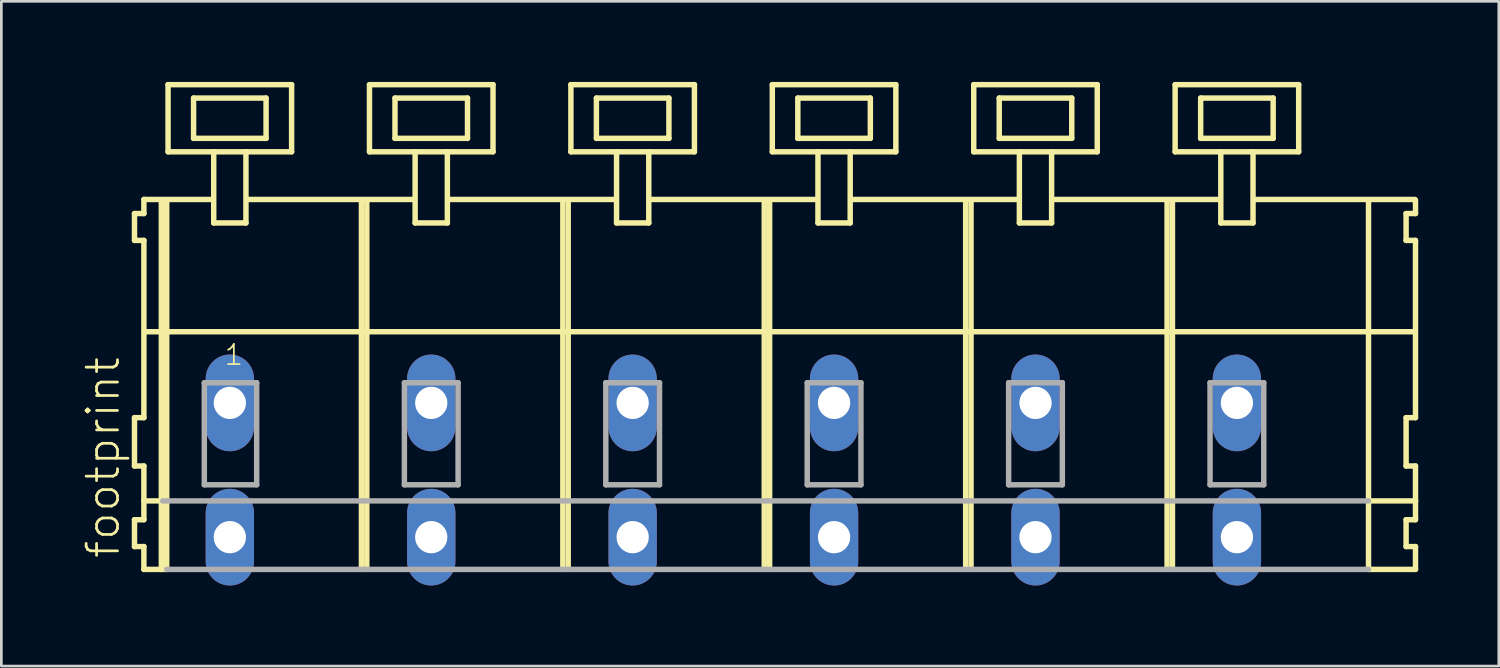
<source format=kicad_pcb>
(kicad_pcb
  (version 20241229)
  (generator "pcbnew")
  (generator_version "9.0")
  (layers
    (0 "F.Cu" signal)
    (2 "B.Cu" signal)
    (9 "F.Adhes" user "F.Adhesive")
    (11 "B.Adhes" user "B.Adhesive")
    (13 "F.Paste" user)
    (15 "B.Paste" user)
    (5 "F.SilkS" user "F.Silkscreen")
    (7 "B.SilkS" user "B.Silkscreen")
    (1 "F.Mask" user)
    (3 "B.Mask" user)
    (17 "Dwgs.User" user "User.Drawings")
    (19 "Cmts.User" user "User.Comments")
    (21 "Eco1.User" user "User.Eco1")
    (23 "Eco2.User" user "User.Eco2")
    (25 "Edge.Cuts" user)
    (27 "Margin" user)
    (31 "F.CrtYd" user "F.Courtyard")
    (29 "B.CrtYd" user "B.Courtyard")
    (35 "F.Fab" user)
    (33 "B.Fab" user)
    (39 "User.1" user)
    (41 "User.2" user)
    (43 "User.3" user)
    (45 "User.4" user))
  (footprint "footprint"
    (layer "F.Cu")
    (at 25.508 11.952)
    (property "Reference" "footprint" (at -24.035 5.855 90) (layer "F.SilkS") (effects (font (size 1.168 1.168) (thickness 0.102)) (justify left bottom)))
    (fp_line (start -23.55 -7.05) (end -23.55 -6.05) (stroke (width 0.203) (type solid)) (layer "F.SilkS"))
    (fp_line (start -23.55 -6.05) (end -23.2 -6.05) (stroke (width 0.203) (type solid)) (layer "F.SilkS"))
    (fp_line (start -23.55 0.55) (end -23.55 2.35) (stroke (width 0.203) (type solid)) (layer "F.SilkS"))
    (fp_line (start -23.55 2.35) (end -23.2 2.35) (stroke (width 0.203) (type solid)) (layer "F.SilkS"))
    (fp_line (start -23.55 4.35) (end -23.55 5.35) (stroke (width 0.203) (type solid)) (layer "F.SilkS"))
    (fp_line (start -23.55 5.35) (end -23.2 5.35) (stroke (width 0.203) (type solid)) (layer "F.SilkS"))
    (fp_line (start -23.2 -7.575) (end -23.2 -7.05) (stroke (width 0.203) (type solid)) (layer "F.SilkS"))
    (fp_line (start -23.2 -7.575) (end -20.625 -7.575) (stroke (width 0.203) (type solid)) (layer "F.SilkS"))
    (fp_line (start -23.2 -7.05) (end -23.55 -7.05) (stroke (width 0.203) (type solid)) (layer "F.SilkS"))
    (fp_line (start -23.2 -6.05) (end -23.2 0.55) (stroke (width 0.203) (type solid)) (layer "F.SilkS"))
    (fp_line (start -23.2 0.55) (end -23.55 0.55) (stroke (width 0.203) (type solid)) (layer "F.SilkS"))
    (fp_line (start -23.2 2.35) (end -23.2 4.35) (stroke (width 0.203) (type solid)) (layer "F.SilkS"))
    (fp_line (start -23.2 3.65) (end -22.5 3.65) (stroke (width 0.203) (type solid)) (layer "F.SilkS"))
    (fp_line (start -23.2 4.35) (end -23.55 4.35) (stroke (width 0.203) (type solid)) (layer "F.SilkS"))
    (fp_line (start -23.2 5.35) (end -23.2 6.2) (stroke (width 0.203) (type solid)) (layer "F.SilkS"))
    (fp_line (start -23.2 6.2) (end -22.55 6.2) (stroke (width 0.203) (type solid)) (layer "F.SilkS"))
    (fp_line (start -23.15 -2.65) (end 24.1 -2.65) (stroke (width 0.203) (type solid)) (layer "F.SilkS"))
    (fp_line (start -22.55 -7.55) (end -22.55 6.2) (stroke (width 0.203) (type solid)) (layer "F.SilkS"))
    (fp_line (start -22.55 6.2) (end -22.35 6.2) (stroke (width 0.203) (type solid)) (layer "F.SilkS"))
    (fp_line (start -22.35 -7.55) (end -22.35 6.2) (stroke (width 0.203) (type solid)) (layer "F.SilkS"))
    (fp_line (start -22.3 -11.85) (end -22.3 -9.35) (stroke (width 0.203) (type solid)) (layer "F.SilkS"))
    (fp_line (start -22.3 -9.35) (end -20.6 -9.35) (stroke (width 0.203) (type solid)) (layer "F.SilkS"))
    (fp_line (start -21.35 -11.35) (end -21.35 -9.85) (stroke (width 0.203) (type solid)) (layer "F.SilkS"))
    (fp_line (start -21.35 -9.85) (end -18.65 -9.85) (stroke (width 0.203) (type solid)) (layer "F.SilkS"))
    (fp_line (start -20.6 -9.35) (end -20.6 -6.7) (stroke (width 0.203) (type solid)) (layer "F.SilkS"))
    (fp_line (start -20.6 -9.35) (end -19.4 -9.35) (stroke (width 0.203) (type solid)) (layer "F.SilkS"))
    (fp_line (start -20.6 -6.7) (end -19.4 -6.7) (stroke (width 0.203) (type solid)) (layer "F.SilkS"))
    (fp_line (start -19.4 -9.35) (end -17.7 -9.35) (stroke (width 0.203) (type solid)) (layer "F.SilkS"))
    (fp_line (start -19.4 -6.7) (end -19.4 -9.35) (stroke (width 0.203) (type solid)) (layer "F.SilkS"))
    (fp_line (start -19.325 -7.575) (end -13.125 -7.575) (stroke (width 0.203) (type solid)) (layer "F.SilkS"))
    (fp_line (start -18.65 -11.35) (end -21.35 -11.35) (stroke (width 0.203) (type solid)) (layer "F.SilkS"))
    (fp_line (start -18.65 -9.85) (end -18.65 -11.35) (stroke (width 0.203) (type solid)) (layer "F.SilkS"))
    (fp_line (start -17.7 -11.85) (end -22.3 -11.85) (stroke (width 0.203) (type solid)) (layer "F.SilkS"))
    (fp_line (start -17.7 -9.35) (end -17.7 -11.85) (stroke (width 0.203) (type solid)) (layer "F.SilkS"))
    (fp_line (start -15.1 -7.55) (end -15.1 6.2) (stroke (width 0.203) (type solid)) (layer "F.SilkS"))
    (fp_line (start -14.9 -7.55) (end -14.9 6.2) (stroke (width 0.203) (type solid)) (layer "F.SilkS"))
    (fp_line (start -14.8 -11.85) (end -14.8 -9.35) (stroke (width 0.203) (type solid)) (layer "F.SilkS"))
    (fp_line (start -14.8 -9.35) (end -13.1 -9.35) (stroke (width 0.203) (type solid)) (layer "F.SilkS"))
    (fp_line (start -13.85 -11.35) (end -13.85 -9.85) (stroke (width 0.203) (type solid)) (layer "F.SilkS"))
    (fp_line (start -13.85 -9.85) (end -11.15 -9.85) (stroke (width 0.203) (type solid)) (layer "F.SilkS"))
    (fp_line (start -13.1 -9.35) (end -13.1 -6.7) (stroke (width 0.203) (type solid)) (layer "F.SilkS"))
    (fp_line (start -13.1 -9.35) (end -11.9 -9.35) (stroke (width 0.203) (type solid)) (layer "F.SilkS"))
    (fp_line (start -13.1 -6.7) (end -11.9 -6.7) (stroke (width 0.203) (type solid)) (layer "F.SilkS"))
    (fp_line (start -11.9 -9.35) (end -10.2 -9.35) (stroke (width 0.203) (type solid)) (layer "F.SilkS"))
    (fp_line (start -11.9 -6.7) (end -11.9 -9.35) (stroke (width 0.203) (type solid)) (layer "F.SilkS"))
    (fp_line (start -11.825 -7.575) (end -5.625 -7.575) (stroke (width 0.203) (type solid)) (layer "F.SilkS"))
    (fp_line (start -11.15 -11.35) (end -13.85 -11.35) (stroke (width 0.203) (type solid)) (layer "F.SilkS"))
    (fp_line (start -11.15 -9.85) (end -11.15 -11.35) (stroke (width 0.203) (type solid)) (layer "F.SilkS"))
    (fp_line (start -10.2 -11.85) (end -14.8 -11.85) (stroke (width 0.203) (type solid)) (layer "F.SilkS"))
    (fp_line (start -10.2 -9.35) (end -10.2 -11.85) (stroke (width 0.203) (type solid)) (layer "F.SilkS"))
    (fp_line (start -7.6 -7.55) (end -7.6 6.2) (stroke (width 0.203) (type solid)) (layer "F.SilkS"))
    (fp_line (start -7.4 -7.55) (end -7.4 6.2) (stroke (width 0.203) (type solid)) (layer "F.SilkS"))
    (fp_line (start -7.3 -11.85) (end -7.3 -9.35) (stroke (width 0.203) (type solid)) (layer "F.SilkS"))
    (fp_line (start -7.3 -9.35) (end -5.6 -9.35) (stroke (width 0.203) (type solid)) (layer "F.SilkS"))
    (fp_line (start -6.35 -11.35) (end -6.35 -9.85) (stroke (width 0.203) (type solid)) (layer "F.SilkS"))
    (fp_line (start -6.35 -9.85) (end -3.65 -9.85) (stroke (width 0.203) (type solid)) (layer "F.SilkS"))
    (fp_line (start -5.6 -9.35) (end -5.6 -6.7) (stroke (width 0.203) (type solid)) (layer "F.SilkS"))
    (fp_line (start -5.6 -9.35) (end -4.4 -9.35) (stroke (width 0.203) (type solid)) (layer "F.SilkS"))
    (fp_line (start -5.6 -6.7) (end -4.4 -6.7) (stroke (width 0.203) (type solid)) (layer "F.SilkS"))
    (fp_line (start -4.4 -9.35) (end -2.7 -9.35) (stroke (width 0.203) (type solid)) (layer "F.SilkS"))
    (fp_line (start -4.4 -6.7) (end -4.4 -9.35) (stroke (width 0.203) (type solid)) (layer "F.SilkS"))
    (fp_line (start -4.325 -7.575) (end 1.875 -7.575) (stroke (width 0.203) (type solid)) (layer "F.SilkS"))
    (fp_line (start -3.65 -11.35) (end -6.35 -11.35) (stroke (width 0.203) (type solid)) (layer "F.SilkS"))
    (fp_line (start -3.65 -9.85) (end -3.65 -11.35) (stroke (width 0.203) (type solid)) (layer "F.SilkS"))
    (fp_line (start -2.7 -11.85) (end -7.3 -11.85) (stroke (width 0.203) (type solid)) (layer "F.SilkS"))
    (fp_line (start -2.7 -9.35) (end -2.7 -11.85) (stroke (width 0.203) (type solid)) (layer "F.SilkS"))
    (fp_line (start -0.1 -7.55) (end -0.1 6.2) (stroke (width 0.203) (type solid)) (layer "F.SilkS"))
    (fp_line (start 0.1 -7.55) (end 0.1 6.2) (stroke (width 0.203) (type solid)) (layer "F.SilkS"))
    (fp_line (start 0.2 -11.85) (end 0.2 -9.35) (stroke (width 0.203) (type solid)) (layer "F.SilkS"))
    (fp_line (start 0.2 -9.35) (end 1.9 -9.35) (stroke (width 0.203) (type solid)) (layer "F.SilkS"))
    (fp_line (start 1.15 -11.35) (end 1.15 -9.85) (stroke (width 0.203) (type solid)) (layer "F.SilkS"))
    (fp_line (start 1.15 -9.85) (end 3.85 -9.85) (stroke (width 0.203) (type solid)) (layer "F.SilkS"))
    (fp_line (start 1.9 -9.35) (end 1.9 -6.7) (stroke (width 0.203) (type solid)) (layer "F.SilkS"))
    (fp_line (start 1.9 -9.35) (end 3.1 -9.35) (stroke (width 0.203) (type solid)) (layer "F.SilkS"))
    (fp_line (start 1.9 -6.7) (end 3.1 -6.7) (stroke (width 0.203) (type solid)) (layer "F.SilkS"))
    (fp_line (start 3.1 -9.35) (end 4.8 -9.35) (stroke (width 0.203) (type solid)) (layer "F.SilkS"))
    (fp_line (start 3.1 -6.7) (end 3.1 -9.35) (stroke (width 0.203) (type solid)) (layer "F.SilkS"))
    (fp_line (start 3.175 -7.575) (end 9.375 -7.575) (stroke (width 0.203) (type solid)) (layer "F.SilkS"))
    (fp_line (start 3.85 -11.35) (end 1.15 -11.35) (stroke (width 0.203) (type solid)) (layer "F.SilkS"))
    (fp_line (start 3.85 -9.85) (end 3.85 -11.35) (stroke (width 0.203) (type solid)) (layer "F.SilkS"))
    (fp_line (start 4.8 -11.85) (end 0.2 -11.85) (stroke (width 0.203) (type solid)) (layer "F.SilkS"))
    (fp_line (start 4.8 -9.35) (end 4.8 -11.85) (stroke (width 0.203) (type solid)) (layer "F.SilkS"))
    (fp_line (start 7.4 -7.55) (end 7.4 6.2) (stroke (width 0.203) (type solid)) (layer "F.SilkS"))
    (fp_line (start 7.6 -7.55) (end 7.6 6.2) (stroke (width 0.203) (type solid)) (layer "F.SilkS"))
    (fp_line (start 7.7 -11.85) (end 7.7 -9.35) (stroke (width 0.203) (type solid)) (layer "F.SilkS"))
    (fp_line (start 7.7 -9.35) (end 9.4 -9.35) (stroke (width 0.203) (type solid)) (layer "F.SilkS"))
    (fp_line (start 8.65 -11.35) (end 8.65 -9.85) (stroke (width 0.203) (type solid)) (layer "F.SilkS"))
    (fp_line (start 8.65 -9.85) (end 11.35 -9.85) (stroke (width 0.203) (type solid)) (layer "F.SilkS"))
    (fp_line (start 9.4 -9.35) (end 9.4 -6.7) (stroke (width 0.203) (type solid)) (layer "F.SilkS"))
    (fp_line (start 9.4 -9.35) (end 10.6 -9.35) (stroke (width 0.203) (type solid)) (layer "F.SilkS"))
    (fp_line (start 9.4 -6.7) (end 10.6 -6.7) (stroke (width 0.203) (type solid)) (layer "F.SilkS"))
    (fp_line (start 10.6 -9.35) (end 12.3 -9.35) (stroke (width 0.203) (type solid)) (layer "F.SilkS"))
    (fp_line (start 10.6 -6.7) (end 10.6 -9.35) (stroke (width 0.203) (type solid)) (layer "F.SilkS"))
    (fp_line (start 10.675 -7.575) (end 16.875 -7.575) (stroke (width 0.203) (type solid)) (layer "F.SilkS"))
    (fp_line (start 11.35 -11.35) (end 8.65 -11.35) (stroke (width 0.203) (type solid)) (layer "F.SilkS"))
    (fp_line (start 11.35 -9.85) (end 11.35 -11.35) (stroke (width 0.203) (type solid)) (layer "F.SilkS"))
    (fp_line (start 12.3 -11.85) (end 7.7 -11.85) (stroke (width 0.203) (type solid)) (layer "F.SilkS"))
    (fp_line (start 12.3 -9.35) (end 12.3 -11.85) (stroke (width 0.203) (type solid)) (layer "F.SilkS"))
    (fp_line (start 14.9 -7.55) (end 14.9 6.2) (stroke (width 0.203) (type solid)) (layer "F.SilkS"))
    (fp_line (start 15.1 -7.55) (end 15.1 6.2) (stroke (width 0.203) (type solid)) (layer "F.SilkS"))
    (fp_line (start 15.2 -11.85) (end 15.2 -9.35) (stroke (width 0.203) (type solid)) (layer "F.SilkS"))
    (fp_line (start 15.2 -9.35) (end 16.9 -9.35) (stroke (width 0.203) (type solid)) (layer "F.SilkS"))
    (fp_line (start 16.15 -11.35) (end 16.15 -9.85) (stroke (width 0.203) (type solid)) (layer "F.SilkS"))
    (fp_line (start 16.15 -9.85) (end 18.85 -9.85) (stroke (width 0.203) (type solid)) (layer "F.SilkS"))
    (fp_line (start 16.9 -9.35) (end 16.9 -6.7) (stroke (width 0.203) (type solid)) (layer "F.SilkS"))
    (fp_line (start 16.9 -9.35) (end 18.1 -9.35) (stroke (width 0.203) (type solid)) (layer "F.SilkS"))
    (fp_line (start 16.9 -6.7) (end 18.1 -6.7) (stroke (width 0.203) (type solid)) (layer "F.SilkS"))
    (fp_line (start 18.1 -9.35) (end 19.8 -9.35) (stroke (width 0.203) (type solid)) (layer "F.SilkS"))
    (fp_line (start 18.1 -6.7) (end 18.1 -9.35) (stroke (width 0.203) (type solid)) (layer "F.SilkS"))
    (fp_line (start 18.125 -7.575) (end 24.125 -7.575) (stroke (width 0.203) (type solid)) (layer "F.SilkS"))
    (fp_line (start 18.85 -11.35) (end 16.15 -11.35) (stroke (width 0.203) (type solid)) (layer "F.SilkS"))
    (fp_line (start 18.85 -9.85) (end 18.85 -11.35) (stroke (width 0.203) (type solid)) (layer "F.SilkS"))
    (fp_line (start 19.8 -11.85) (end 15.2 -11.85) (stroke (width 0.203) (type solid)) (layer "F.SilkS"))
    (fp_line (start 19.8 -9.35) (end 19.8 -11.85) (stroke (width 0.203) (type solid)) (layer "F.SilkS"))
    (fp_line (start 22.4 -7.55) (end 22.4 6.2) (stroke (width 0.203) (type solid)) (layer "F.SilkS"))
    (fp_line (start 22.4 6.2) (end 24.15 6.2) (stroke (width 0.203) (type solid)) (layer "F.SilkS"))
    (fp_line (start 22.45 3.65) (end 24.15 3.65) (stroke (width 0.203) (type solid)) (layer "F.SilkS"))
    (fp_line (start 23.8 -7.05) (end 23.8 -6.05) (stroke (width 0.203) (type solid)) (layer "F.SilkS"))
    (fp_line (start 23.8 -6.05) (end 24.15 -6.05) (stroke (width 0.203) (type solid)) (layer "F.SilkS"))
    (fp_line (start 23.8 0.55) (end 23.8 2.35) (stroke (width 0.203) (type solid)) (layer "F.SilkS"))
    (fp_line (start 23.8 2.35) (end 24.15 2.35) (stroke (width 0.203) (type solid)) (layer "F.SilkS"))
    (fp_line (start 23.8 4.35) (end 23.8 5.35) (stroke (width 0.203) (type solid)) (layer "F.SilkS"))
    (fp_line (start 23.8 5.35) (end 24.15 5.35) (stroke (width 0.203) (type solid)) (layer "F.SilkS"))
    (fp_line (start 24.15 -7.05) (end 23.8 -7.05) (stroke (width 0.203) (type solid)) (layer "F.SilkS"))
    (fp_line (start 24.15 -7.05) (end 24.15 -7.55) (stroke (width 0.203) (type solid)) (layer "F.SilkS"))
    (fp_line (start 24.15 0.55) (end 23.8 0.55) (stroke (width 0.203) (type solid)) (layer "F.SilkS"))
    (fp_line (start 24.15 0.55) (end 24.15 -6.05) (stroke (width 0.203) (type solid)) (layer "F.SilkS"))
    (fp_line (start 24.15 3.65) (end 24.15 2.35) (stroke (width 0.203) (type solid)) (layer "F.SilkS"))
    (fp_line (start 24.15 4.35) (end 23.8 4.35) (stroke (width 0.203) (type solid)) (layer "F.SilkS"))
    (fp_line (start 24.15 4.35) (end 24.15 3.65) (stroke (width 0.203) (type solid)) (layer "F.SilkS"))
    (fp_line (start 24.15 6.2) (end 24.15 5.35) (stroke (width 0.203) (type solid)) (layer "F.SilkS"))
    (fp_line (start -22.5 3.65) (end 22.4 3.65) (stroke (width 0.203) (type solid)) (layer "F.Fab"))
    (fp_line (start -22.35 6.2) (end 22.4 6.2) (stroke (width 0.203) (type solid)) (layer "F.Fab"))
    (fp_line (start -20.95 -0.75) (end -20.95 3.05) (stroke (width 0.203) (type solid)) (layer "F.Fab"))
    (fp_line (start -20.95 3.05) (end -19 3.05) (stroke (width 0.203) (type solid)) (layer "F.Fab"))
    (fp_line (start -19 -0.75) (end -20.95 -0.75) (stroke (width 0.203) (type solid)) (layer "F.Fab"))
    (fp_line (start -19 3.05) (end -19 -0.75) (stroke (width 0.203) (type solid)) (layer "F.Fab"))
    (fp_line (start -13.5 -0.75) (end -13.5 3.05) (stroke (width 0.203) (type solid)) (layer "F.Fab"))
    (fp_line (start -13.5 3.05) (end -11.5 3.05) (stroke (width 0.203) (type solid)) (layer "F.Fab"))
    (fp_line (start -11.5 -0.75) (end -13.5 -0.75) (stroke (width 0.203) (type solid)) (layer "F.Fab"))
    (fp_line (start -11.5 3.05) (end -11.5 -0.75) (stroke (width 0.203) (type solid)) (layer "F.Fab"))
    (fp_line (start -6 -0.75) (end -6 3.05) (stroke (width 0.203) (type solid)) (layer "F.Fab"))
    (fp_line (start -6 3.05) (end -4 3.05) (stroke (width 0.203) (type solid)) (layer "F.Fab"))
    (fp_line (start -4 -0.75) (end -6 -0.75) (stroke (width 0.203) (type solid)) (layer "F.Fab"))
    (fp_line (start -4 3.05) (end -4 -0.75) (stroke (width 0.203) (type solid)) (layer "F.Fab"))
    (fp_line (start 1.5 -0.75) (end 1.5 3.05) (stroke (width 0.203) (type solid)) (layer "F.Fab"))
    (fp_line (start 1.5 3.05) (end 3.5 3.05) (stroke (width 0.203) (type solid)) (layer "F.Fab"))
    (fp_line (start 3.5 -0.75) (end 1.5 -0.75) (stroke (width 0.203) (type solid)) (layer "F.Fab"))
    (fp_line (start 3.5 3.05) (end 3.5 -0.75) (stroke (width 0.203) (type solid)) (layer "F.Fab"))
    (fp_line (start 9 -0.75) (end 9 3.05) (stroke (width 0.203) (type solid)) (layer "F.Fab"))
    (fp_line (start 9 3.05) (end 11 3.05) (stroke (width 0.203) (type solid)) (layer "F.Fab"))
    (fp_line (start 11 -0.75) (end 9 -0.75) (stroke (width 0.203) (type solid)) (layer "F.Fab"))
    (fp_line (start 11 3.05) (end 11 -0.75) (stroke (width 0.203) (type solid)) (layer "F.Fab"))
    (fp_line (start 16.5 -0.75) (end 16.5 3.05) (stroke (width 0.203) (type solid)) (layer "F.Fab"))
    (fp_line (start 16.5 3.05) (end 18.5 3.05) (stroke (width 0.203) (type solid)) (layer "F.Fab"))
    (fp_line (start 18.5 -0.75) (end 16.5 -0.75) (stroke (width 0.203) (type solid)) (layer "F.Fab"))
    (fp_line (start 18.5 3.05) (end 18.5 -0.75) (stroke (width 0.203) (type solid)) (layer "F.Fab"))
    (fp_text user "1" (at -20.25 -1.35 0) (layer "F.SilkS") (effects (font (size 0.748 0.748) (thickness 0.065)) (justify left bottom)))
    (pad "A1" thru_hole oval (at -20 0 90) (size 3.6 1.8) (drill 1.2) (layers "*.Cu" "*.Mask"))
    (pad "A2" thru_hole oval (at -12.5 0 90) (size 3.6 1.8) (drill 1.2) (layers "*.Cu" "*.Mask"))
    (pad "A3" thru_hole oval (at -5 0 90) (size 3.6 1.8) (drill 1.2) (layers "*.Cu" "*.Mask"))
    (pad "A4" thru_hole oval (at 2.5 0 90) (size 3.6 1.8) (drill 1.2) (layers "*.Cu" "*.Mask"))
    (pad "A5" thru_hole oval (at 10 0 90) (size 3.6 1.8) (drill 1.2) (layers "*.Cu" "*.Mask"))
    (pad "A6" thru_hole oval (at 17.5 0 90) (size 3.6 1.8) (drill 1.2) (layers "*.Cu" "*.Mask"))
    (pad "B1" thru_hole oval (at -20 5 90) (size 3.6 1.8) (drill 1.2) (layers "*.Cu" "*.Mask"))
    (pad "B2" thru_hole oval (at -12.5 5 90) (size 3.6 1.8) (drill 1.2) (layers "*.Cu" "*.Mask"))
    (pad "B3" thru_hole oval (at -5 5 90) (size 3.6 1.8) (drill 1.2) (layers "*.Cu" "*.Mask"))
    (pad "B4" thru_hole oval (at 2.5 5 90) (size 3.6 1.8) (drill 1.2) (layers "*.Cu" "*.Mask"))
    (pad "B5" thru_hole oval (at 10 5 90) (size 3.6 1.8) (drill 1.2) (layers "*.Cu" "*.Mask"))
    (pad "B6" thru_hole oval (at 17.5 5 90) (size 3.6 1.8) (drill 1.2) (layers "*.Cu" "*.Mask")))
  (gr_rect
    (start -3 -3)
    (end 52.76 21.752)
    (stroke (width 0.1) (type default))
    (fill no)
    (layer "Edge.Cuts")))
</source>
